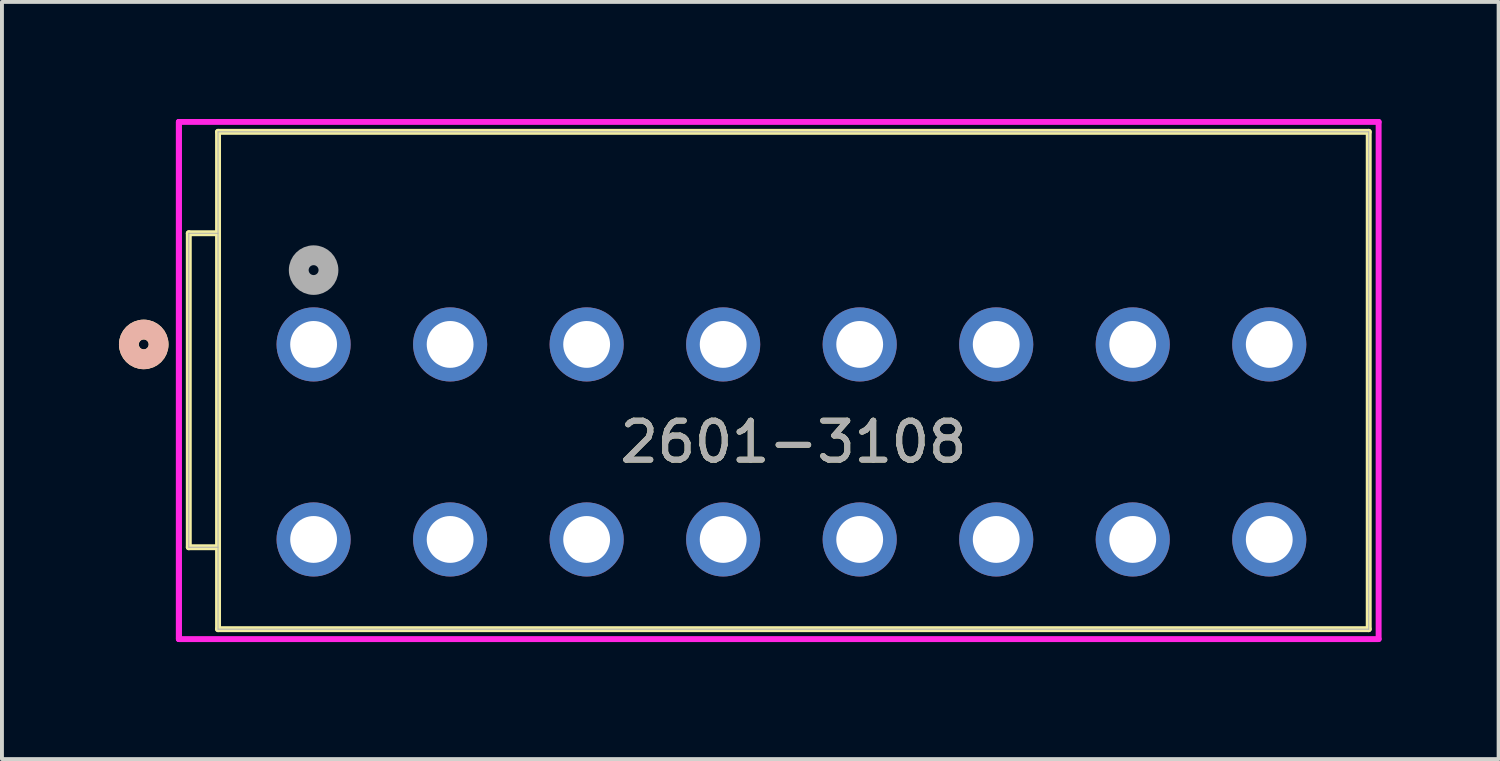
<source format=kicad_pcb>
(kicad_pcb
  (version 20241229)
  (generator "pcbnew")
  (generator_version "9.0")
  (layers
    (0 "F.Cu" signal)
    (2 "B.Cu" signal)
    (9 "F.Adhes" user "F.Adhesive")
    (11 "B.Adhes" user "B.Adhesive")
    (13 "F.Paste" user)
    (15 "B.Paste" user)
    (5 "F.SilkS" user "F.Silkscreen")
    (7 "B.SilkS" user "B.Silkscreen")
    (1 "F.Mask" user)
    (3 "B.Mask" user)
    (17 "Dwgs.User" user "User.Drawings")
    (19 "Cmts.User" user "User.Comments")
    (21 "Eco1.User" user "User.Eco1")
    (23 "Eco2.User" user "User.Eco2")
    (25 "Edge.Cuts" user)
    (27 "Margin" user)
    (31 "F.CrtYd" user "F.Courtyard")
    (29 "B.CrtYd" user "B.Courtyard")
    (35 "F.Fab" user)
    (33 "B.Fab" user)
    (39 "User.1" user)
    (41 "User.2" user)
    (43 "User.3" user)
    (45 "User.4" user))
  (footprint "2601-3108"
    (layer "F.Cu")
    (at 4.99 5.78)
    (property "Reference" "2601-3108" (at 12.3 2.5 0) (unlocked yes) (layer "F.SilkS") (effects (font (size 1 1) (thickness 0.15))))
    (attr through_hole)
    (fp_line (start -3.2 5.2) (end -3.2 -2.85) (stroke (width 0.152) (type solid)) (layer "F.SilkS"))
    (fp_line (start -2.45 -2.85) (end -3.2 -2.85) (stroke (width 0.152) (type solid)) (layer "F.SilkS"))
    (fp_line (start -2.45 5.2) (end -3.2 5.2) (stroke (width 0.152) (type solid)) (layer "F.SilkS"))
    (fp_line (start -2.45 -5.45) (end 27.05 -5.45) (stroke (width 0.152) (type solid)) (layer "F.SilkS"))
    (fp_line (start -2.45 7.3) (end -2.45 -5.45) (stroke (width 0.152) (type solid)) (layer "F.SilkS"))
    (fp_line (start -2.45 7.3) (end 27.05 7.3) (stroke (width 0.152) (type solid)) (layer "F.SilkS"))
    (fp_line (start 27.05 -5.45) (end 27.05 7.3) (stroke (width 0.152) (type solid)) (layer "F.SilkS"))
    (fp_circle (center -4.355 0) (end -3.974 0) (stroke (width 0.508) (type solid)) (fill no) (layer "F.SilkS"))
    (fp_circle (center -4.355 0) (end -3.974 0) (stroke (width 0.508) (type solid)) (fill no) (layer "B.SilkS"))
    (fp_line (start -3.454 -5.704) (end -3.454 7.554) (stroke (width 0.152) (type solid)) (layer "F.CrtYd"))
    (fp_line (start -3.454 -5.704) (end -3.454 7.554) (stroke (width 0.152) (type solid)) (layer "F.CrtYd"))
    (fp_line (start -3.454 7.554) (end 27.304 7.554) (stroke (width 0.152) (type solid)) (layer "F.CrtYd"))
    (fp_line (start 27.304 -5.704) (end -3.454 -5.704) (stroke (width 0.152) (type solid)) (layer "F.CrtYd"))
    (fp_line (start 27.304 7.554) (end 27.304 -5.704) (stroke (width 0.152) (type solid)) (layer "F.CrtYd"))
    (fp_line (start -3.2 5.2) (end -3.2 -2.85) (stroke (width 0.025) (type solid)) (layer "F.Fab"))
    (fp_line (start -2.45 -2.85) (end -3.2 -2.85) (stroke (width 0.025) (type solid)) (layer "F.Fab"))
    (fp_line (start -2.45 5.2) (end -3.2 5.2) (stroke (width 0.025) (type solid)) (layer "F.Fab"))
    (fp_line (start -2.45 -5.45) (end 27.05 -5.45) (stroke (width 0.025) (type solid)) (layer "F.Fab"))
    (fp_line (start -2.45 7.3) (end -2.45 -5.45) (stroke (width 0.025) (type solid)) (layer "F.Fab"))
    (fp_line (start -2.45 7.3) (end 27.05 7.3) (stroke (width 0.025) (type solid)) (layer "F.Fab"))
    (fp_line (start 27.05 -5.45) (end 27.05 7.3) (stroke (width 0.025) (type solid)) (layer "F.Fab"))
    (fp_circle (center 0 -1.905) (end 0.381 -1.905) (stroke (width 0.508) (type solid)) (fill no) (layer "F.Fab"))
    (fp_text user "${REFERENCE}" (at 12.3 2.5 0) (unlocked yes) (layer "F.Fab") (effects (font (size 1 1) (thickness 0.15))))
    (pad "1" thru_hole circle (at 0 0) (size 1.9 1.9) (drill 1.2) (layers "*.Cu" "*.Mask"))
    (pad "2" thru_hole circle (at 0 5) (size 1.9 1.9) (drill 1.2) (layers "*.Cu" "*.Mask"))
    (pad "3" thru_hole circle (at 3.5 0) (size 1.9 1.9) (drill 1.2) (layers "*.Cu" "*.Mask"))
    (pad "4" thru_hole circle (at 3.5 5) (size 1.9 1.9) (drill 1.2) (layers "*.Cu" "*.Mask"))
    (pad "5" thru_hole circle (at 7 0) (size 1.9 1.9) (drill 1.2) (layers "*.Cu" "*.Mask"))
    (pad "6" thru_hole circle (at 7 5) (size 1.9 1.9) (drill 1.2) (layers "*.Cu" "*.Mask"))
    (pad "7" thru_hole circle (at 10.5 0) (size 1.9 1.9) (drill 1.2) (layers "*.Cu" "*.Mask"))
    (pad "8" thru_hole circle (at 10.5 5) (size 1.9 1.9) (drill 1.2) (layers "*.Cu" "*.Mask"))
    (pad "9" thru_hole circle (at 14 0) (size 1.9 1.9) (drill 1.2) (layers "*.Cu" "*.Mask"))
    (pad "10" thru_hole circle (at 14 5) (size 1.9 1.9) (drill 1.2) (layers "*.Cu" "*.Mask"))
    (pad "11" thru_hole circle (at 17.5 0) (size 1.9 1.9) (drill 1.2) (layers "*.Cu" "*.Mask"))
    (pad "12" thru_hole circle (at 17.5 5) (size 1.9 1.9) (drill 1.2) (layers "*.Cu" "*.Mask"))
    (pad "13" thru_hole circle (at 21 0) (size 1.9 1.9) (drill 1.2) (layers "*.Cu" "*.Mask"))
    (pad "14" thru_hole circle (at 21 5) (size 1.9 1.9) (drill 1.2) (layers "*.Cu" "*.Mask"))
    (pad "15" thru_hole circle (at 24.5 0) (size 1.9 1.9) (drill 1.2) (layers "*.Cu" "*.Mask"))
    (pad "16" thru_hole circle (at 24.5 5) (size 1.9 1.9) (drill 1.2) (layers "*.Cu" "*.Mask")))
  (gr_rect
    (start -3 -3)
    (end 35.37 16.41)
    (stroke (width 0.1) (type default))
    (fill no)
    (layer "Edge.Cuts")))
</source>
